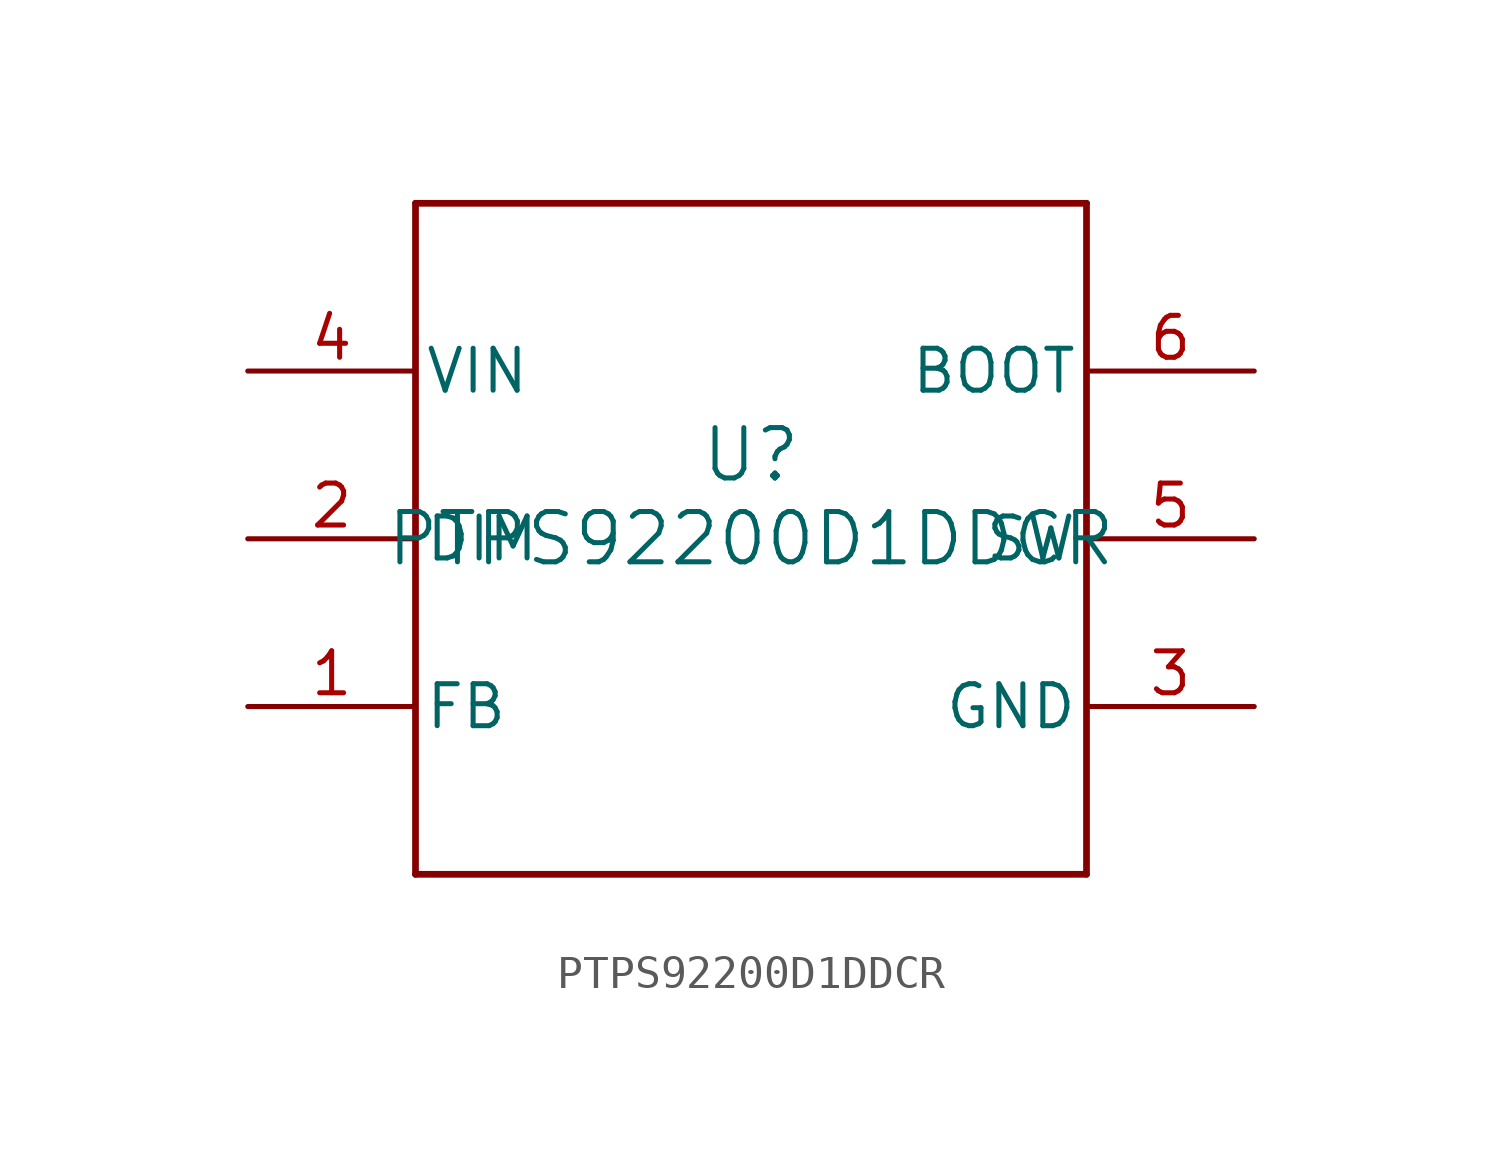
<source format=kicad_sym>
(kicad_symbol_lib
  (version 20211014)
  (generator kicad_symbol_editor)
  (symbol "PTPS92200D1DDCR"
    (pin_names
      (offset 0.254))
    (property "Reference" "U"
      (at 0 2.54 0)
      (effects (font (size 1.524 1.524))))
    (property "Value" "PTPS92200D1DDCR"
      (at 0 0 0)
      (effects (font (size 1.524 1.524))))
    (symbol "PTPS92200D1DDCR_0_1"
      (polyline (pts (xy -10.16 -10.16) (xy 10.16 -10.16)) (stroke (width 0.203) (type default) (color 0 0 0 0)) (fill (type none)))
      (polyline (pts (xy 10.16 -10.16) (xy 10.16 10.16)) (stroke (width 0.203) (type default) (color 0 0 0 0)) (fill (type none)))
      (polyline (pts (xy 10.16 10.16) (xy -10.16 10.16)) (stroke (width 0.203) (type default) (color 0 0 0 0)) (fill (type none)))
      (polyline (pts (xy -10.16 10.16) (xy -10.16 -10.16)) (stroke (width 0.203) (type default) (color 0 0 0 0)) (fill (type none)))
      (pin input line (at -15.24 -5.08 0) (length 5.08) (name "FB" (effects (font (size 1.27 1.27)))) (number "1" (effects (font (size 1.27 1.27)))))
      (pin input line (at -15.24 0 0) (length 5.08) (name "DIM" (effects (font (size 1.27 1.27)))) (number "2" (effects (font (size 1.27 1.27)))))
      (pin power_in line (at 15.24 -5.08 180) (length 5.08) (name "GND" (effects (font (size 1.27 1.27)))) (number "3" (effects (font (size 1.27 1.27)))))
      (pin power_in line (at -15.24 5.08 0) (length 5.08) (name "VIN" (effects (font (size 1.27 1.27)))) (number "4" (effects (font (size 1.27 1.27)))))
      (pin power_in line (at 15.24 0 180) (length 5.08) (name "SW" (effects (font (size 1.27 1.27)))) (number "5" (effects (font (size 1.27 1.27)))))
      (pin power_in line (at 15.24 5.08 180) (length 5.08) (name "BOOT" (effects (font (size 1.27 1.27)))) (number "6" (effects (font (size 1.27 1.27))))))))
</source>
